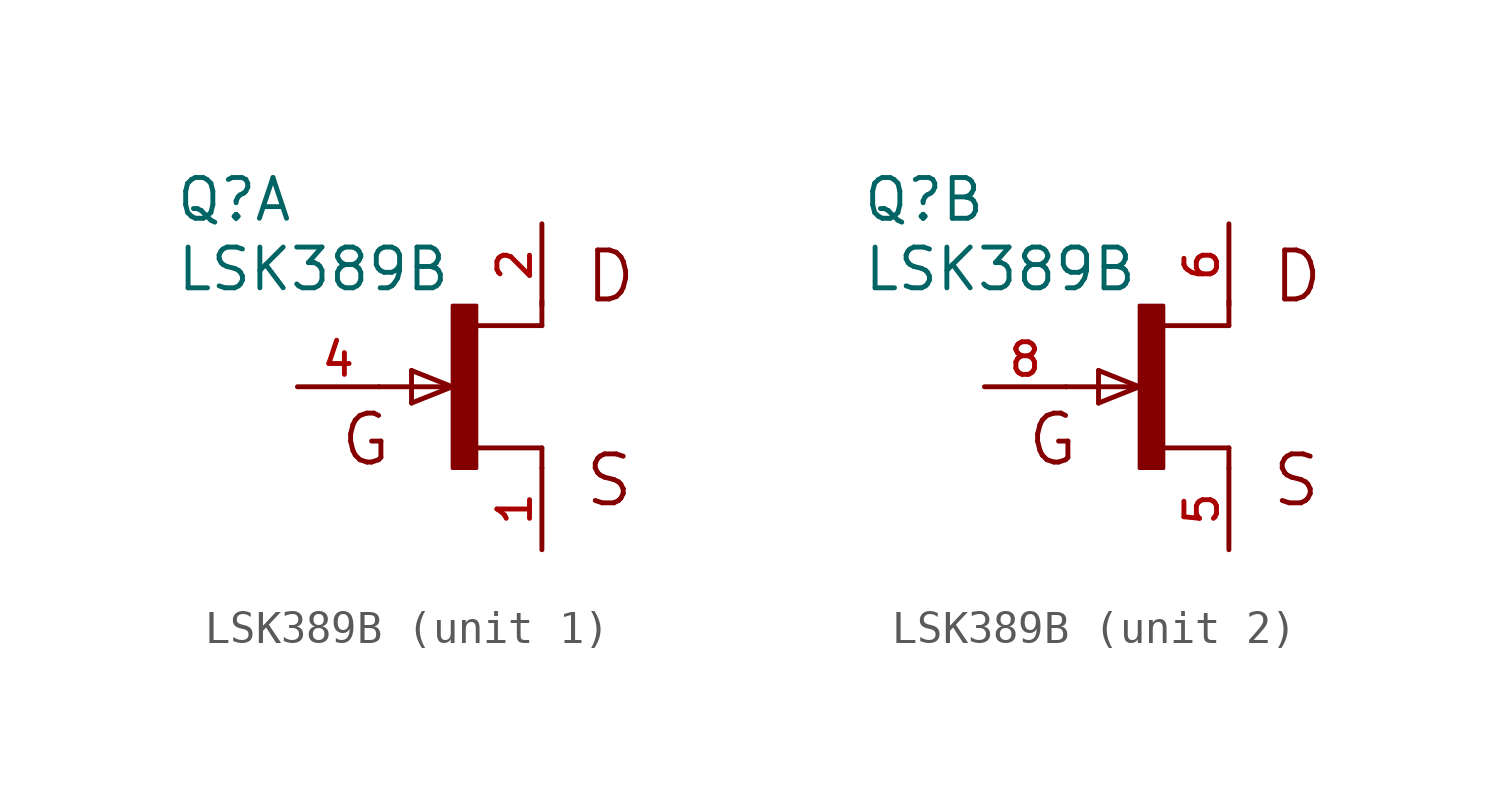
<source format=kicad_sym>
(kicad_symbol_lib
  (version 20220914)
  (generator kicad_symbol_editor)
  (symbol "LSK389B"
    (pin_names
      (offset 1.016))
    (property "Reference" "Q"
      (at -8.906 5.089 0)
      (effects (font (size 1.27 1.27)) (justify left bottom)))
    (property "Value" "LSK389B"
      (at -8.891 2.921 0)
      (effects (font (size 1.27 1.27)) (justify left bottom)))
    (symbol "LSK389B_1_0"
      (rectangle (start -0.254 -2.544) (end 0.508 2.54) (stroke (width 0.1) (type default)) (fill (type outline)))
      (polyline (pts (xy -2.54 0) (xy -0.254 0)) (stroke (width 0.152) (type default)) (fill (type none)))
      (polyline (pts (xy -1.524 -0.508) (xy -0.254 0)) (stroke (width 0.152) (type default)) (fill (type none)))
      (polyline (pts (xy -1.524 0.508) (xy -1.524 -0.508)) (stroke (width 0.152) (type default)) (fill (type none)))
      (polyline (pts (xy -0.254 0) (xy -1.524 0.508)) (stroke (width 0.152) (type default)) (fill (type none)))
      (polyline (pts (xy 2.54 -2.54) (xy 2.54 -1.905)) (stroke (width 0.152) (type default)) (fill (type none)))
      (polyline (pts (xy 2.54 -1.905) (xy 0.533 -1.905)) (stroke (width 0.152) (type default)) (fill (type none)))
      (polyline (pts (xy 2.54 1.905) (xy 0.508 1.905)) (stroke (width 0.152) (type default)) (fill (type none)))
      (polyline (pts (xy 2.54 2.667) (xy 2.54 1.905)) (stroke (width 0.152) (type default)) (fill (type none)))
      (text "D" (at 3.814 2.543 0) (effects (font (size 1.526 1.526)) (justify left bottom)))
      (text "G" (at -3.814 -2.542 0) (effects (font (size 1.526 1.526)) (justify left bottom)))
      (text "S" (at 3.812 -3.812 0) (effects (font (size 1.525 1.525)) (justify left bottom)))
      (pin passive line (at 2.54 -5.08 90) (length 2.54) (name "~" (effects (font (size 1.016 1.016)))) (number "1" (effects (font (size 1.016 1.016)))))
      (pin passive line (at 2.54 5.08 270) (length 2.54) (name "~" (effects (font (size 1.016 1.016)))) (number "2" (effects (font (size 1.016 1.016)))))
      (pin passive line (at -5.08 0 0) (length 2.54) (name "~" (effects (font (size 1.016 1.016)))) (number "4" (effects (font (size 1.016 1.016))))))
    (symbol "LSK389B_2_0"
      (rectangle (start -0.254 -2.544) (end 0.508 2.54) (stroke (width 0.1) (type default)) (fill (type outline)))
      (polyline (pts (xy -2.54 0) (xy -0.254 0)) (stroke (width 0.152) (type default)) (fill (type none)))
      (polyline (pts (xy -1.524 -0.508) (xy -0.254 0)) (stroke (width 0.152) (type default)) (fill (type none)))
      (polyline (pts (xy -1.524 0.508) (xy -1.524 -0.508)) (stroke (width 0.152) (type default)) (fill (type none)))
      (polyline (pts (xy -0.254 0) (xy -1.524 0.508)) (stroke (width 0.152) (type default)) (fill (type none)))
      (polyline (pts (xy 2.54 -2.54) (xy 2.54 -1.905)) (stroke (width 0.152) (type default)) (fill (type none)))
      (polyline (pts (xy 2.54 -1.905) (xy 0.533 -1.905)) (stroke (width 0.152) (type default)) (fill (type none)))
      (polyline (pts (xy 2.54 1.905) (xy 0.508 1.905)) (stroke (width 0.152) (type default)) (fill (type none)))
      (polyline (pts (xy 2.54 2.667) (xy 2.54 1.905)) (stroke (width 0.152) (type default)) (fill (type none)))
      (text "D" (at 3.814 2.543 0) (effects (font (size 1.526 1.526)) (justify left bottom)))
      (text "G" (at -3.814 -2.542 0) (effects (font (size 1.526 1.526)) (justify left bottom)))
      (text "S" (at 3.812 -3.812 0) (effects (font (size 1.525 1.525)) (justify left bottom)))
      (pin passive line (at 2.54 -5.08 90) (length 2.54) (name "~" (effects (font (size 1.016 1.016)))) (number "5" (effects (font (size 1.016 1.016)))))
      (pin passive line (at 2.54 5.08 270) (length 2.54) (name "~" (effects (font (size 1.016 1.016)))) (number "6" (effects (font (size 1.016 1.016)))))
      (pin passive line (at -5.08 0 0) (length 2.54) (name "~" (effects (font (size 1.016 1.016)))) (number "8" (effects (font (size 1.016 1.016))))))))
</source>
